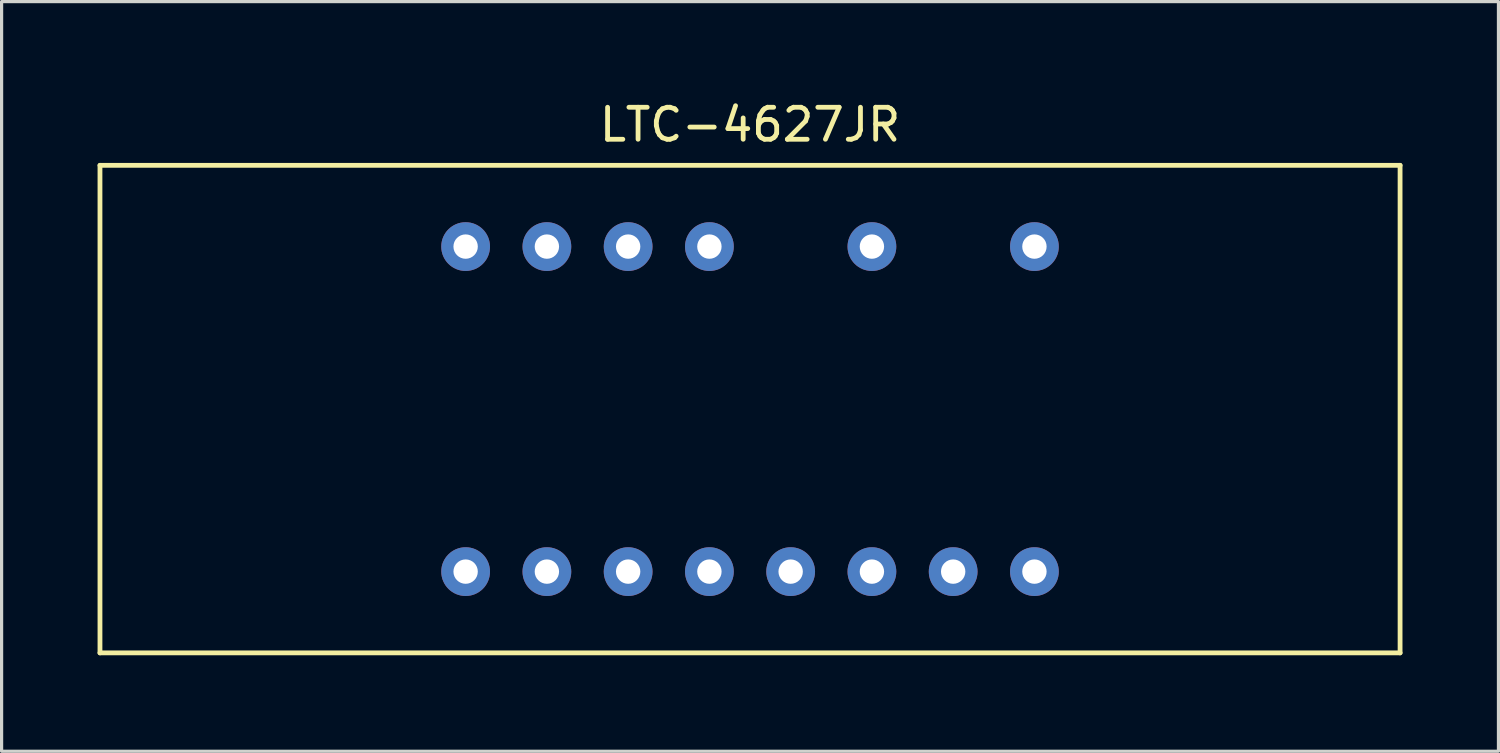
<source format=kicad_pcb>
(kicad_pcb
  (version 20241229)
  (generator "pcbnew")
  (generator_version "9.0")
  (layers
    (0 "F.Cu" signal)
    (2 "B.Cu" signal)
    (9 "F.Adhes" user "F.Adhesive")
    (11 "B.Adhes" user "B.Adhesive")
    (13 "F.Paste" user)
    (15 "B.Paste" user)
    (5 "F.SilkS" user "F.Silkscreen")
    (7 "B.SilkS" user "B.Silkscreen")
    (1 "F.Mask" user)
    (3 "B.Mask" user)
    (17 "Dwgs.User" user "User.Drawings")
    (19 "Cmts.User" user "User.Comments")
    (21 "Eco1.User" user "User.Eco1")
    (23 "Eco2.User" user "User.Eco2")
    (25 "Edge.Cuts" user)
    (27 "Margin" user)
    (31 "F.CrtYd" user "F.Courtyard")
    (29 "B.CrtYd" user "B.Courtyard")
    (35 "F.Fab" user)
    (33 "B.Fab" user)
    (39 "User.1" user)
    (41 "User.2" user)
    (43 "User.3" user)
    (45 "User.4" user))
  (footprint "LTC-4627JR"
    (layer "F.Cu")
    (at 20.395 9.738)
    (property "Reference" "LTC-4627JR" (at 0 -8.89 0) (layer "F.SilkS") (effects (font (size 1 1) (thickness 0.15))))
    (attr through_hole)
    (fp_line (start -20.32 -7.62) (end 20.32 -7.62) (stroke (width 0.15) (type solid)) (layer "F.SilkS"))
    (fp_line (start -20.32 7.62) (end -20.32 -7.62) (stroke (width 0.15) (type solid)) (layer "F.SilkS"))
    (fp_line (start 20.32 -7.62) (end 20.32 7.62) (stroke (width 0.15) (type solid)) (layer "F.SilkS"))
    (fp_line (start 20.32 7.62) (end -20.32 7.62) (stroke (width 0.15) (type solid)) (layer "F.SilkS"))
    (pad "1" thru_hole circle (at -8.89 5.08) (size 1.524 1.524) (drill 0.762) (layers "*.Cu" "*.Mask"))
    (pad "2" thru_hole circle (at -6.35 5.08) (size 1.524 1.524) (drill 0.762) (layers "*.Cu" "*.Mask"))
    (pad "3" thru_hole circle (at -3.81 5.08) (size 1.524 1.524) (drill 0.762) (layers "*.Cu" "*.Mask"))
    (pad "4" thru_hole circle (at -1.27 5.08) (size 1.524 1.524) (drill 0.762) (layers "*.Cu" "*.Mask"))
    (pad "5" thru_hole circle (at 1.27 5.08) (size 1.524 1.524) (drill 0.762) (layers "*.Cu" "*.Mask"))
    (pad "6" thru_hole circle (at 3.81 5.08) (size 1.524 1.524) (drill 0.762) (layers "*.Cu" "*.Mask"))
    (pad "7" thru_hole circle (at 6.35 5.08) (size 1.524 1.524) (drill 0.762) (layers "*.Cu" "*.Mask"))
    (pad "8" thru_hole circle (at 8.89 5.08) (size 1.524 1.524) (drill 0.762) (layers "*.Cu" "*.Mask"))
    (pad "9" thru_hole circle (at 8.89 -5.08) (size 1.524 1.524) (drill 0.762) (layers "*.Cu" "*.Mask"))
    (pad "11" thru_hole circle (at 3.81 -5.08) (size 1.524 1.524) (drill 0.762) (layers "*.Cu" "*.Mask"))
    (pad "13" thru_hole circle (at -1.27 -5.08) (size 1.524 1.524) (drill 0.762) (layers "*.Cu" "*.Mask"))
    (pad "14" thru_hole circle (at -3.81 -5.08) (size 1.524 1.524) (drill 0.762) (layers "*.Cu" "*.Mask"))
    (pad "15" thru_hole circle (at -6.35 -5.08) (size 1.524 1.524) (drill 0.762) (layers "*.Cu" "*.Mask"))
    (pad "16" thru_hole circle (at -8.89 -5.08) (size 1.524 1.524) (drill 0.762) (layers "*.Cu" "*.Mask")))
  (gr_rect
    (start -3 -3)
    (end 43.79 20.433)
    (stroke (width 0.1) (type default))
    (fill no)
    (layer "Edge.Cuts")))
</source>
